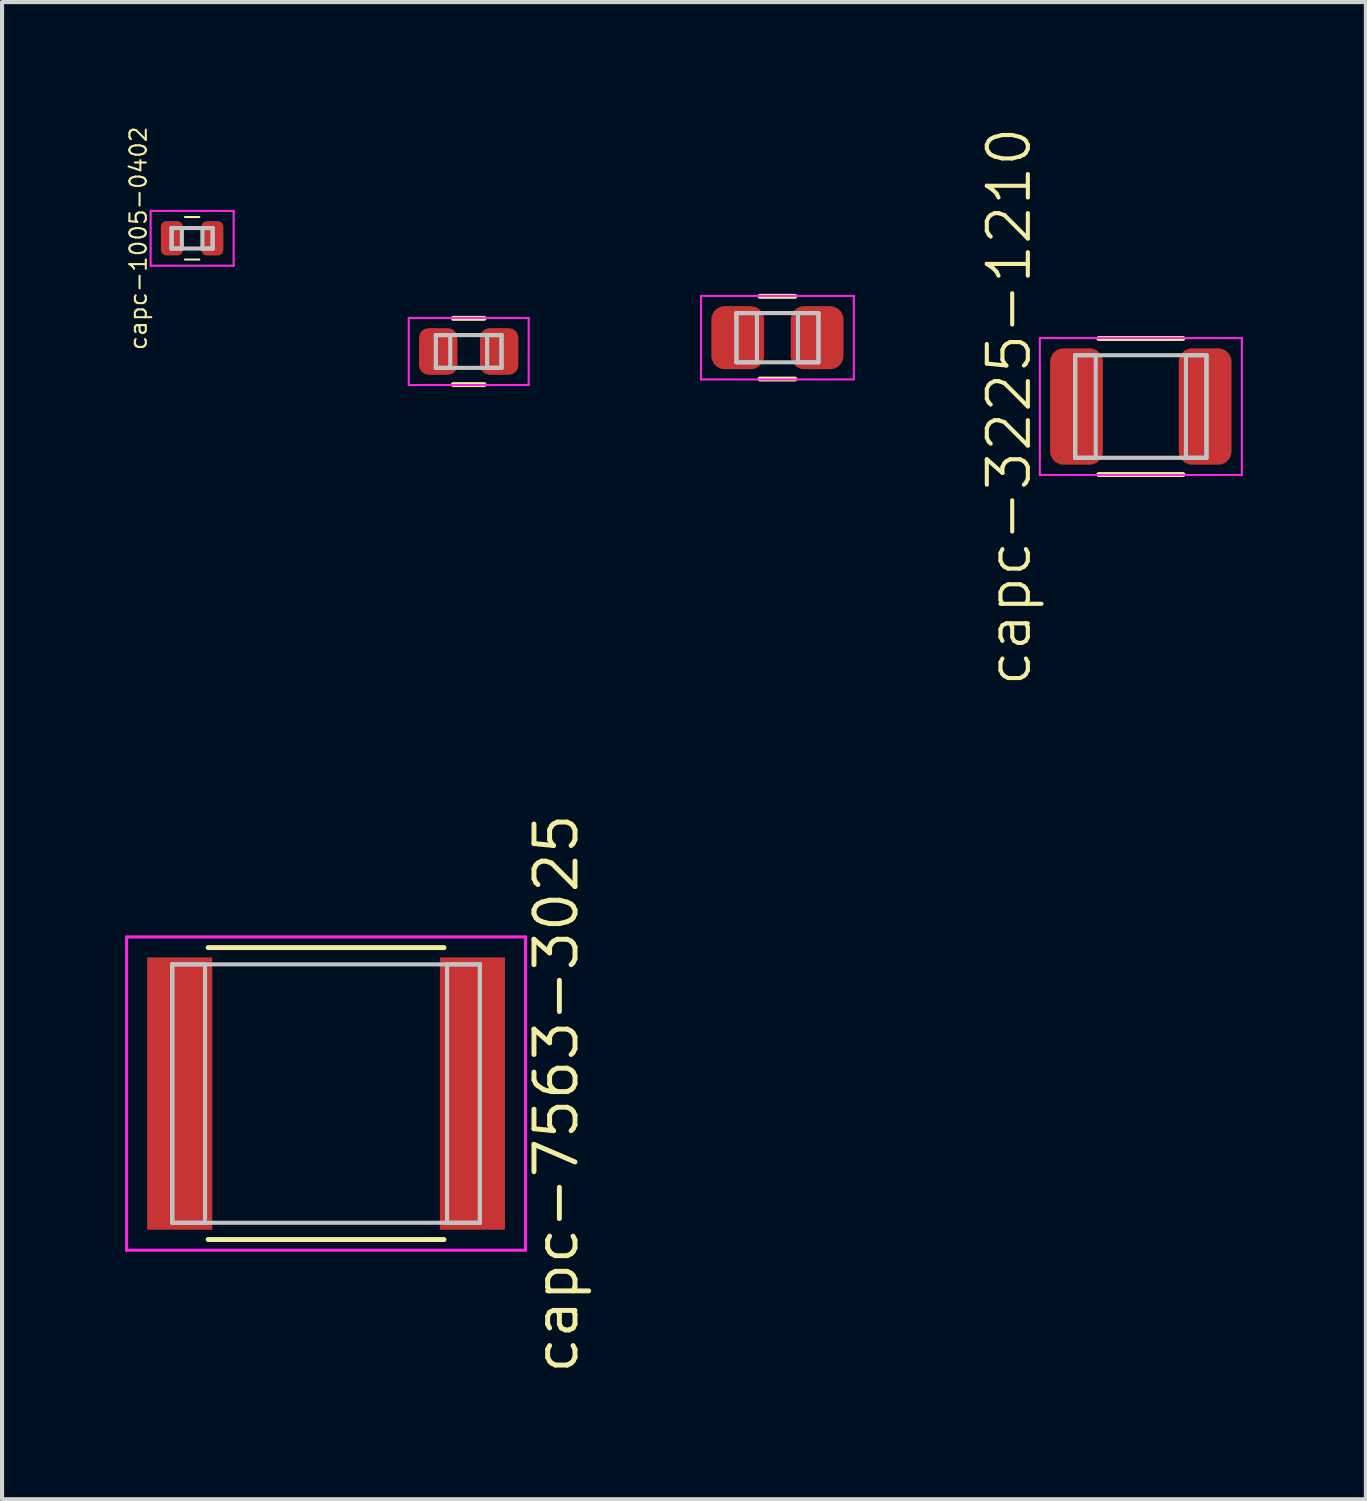
<source format=kicad_pcb>
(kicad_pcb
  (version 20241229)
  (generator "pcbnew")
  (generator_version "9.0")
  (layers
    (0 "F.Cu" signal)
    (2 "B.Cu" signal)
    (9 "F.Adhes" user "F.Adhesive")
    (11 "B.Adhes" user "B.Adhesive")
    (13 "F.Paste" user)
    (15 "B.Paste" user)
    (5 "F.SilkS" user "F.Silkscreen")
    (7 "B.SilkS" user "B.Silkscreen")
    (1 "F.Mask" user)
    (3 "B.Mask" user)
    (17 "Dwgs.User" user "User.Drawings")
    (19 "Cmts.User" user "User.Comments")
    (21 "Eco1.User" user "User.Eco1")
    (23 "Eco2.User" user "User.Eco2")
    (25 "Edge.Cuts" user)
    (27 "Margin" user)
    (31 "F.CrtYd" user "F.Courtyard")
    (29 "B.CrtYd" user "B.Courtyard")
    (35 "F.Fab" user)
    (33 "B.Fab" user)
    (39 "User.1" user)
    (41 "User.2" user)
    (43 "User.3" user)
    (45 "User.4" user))
  (footprint "capc-2012-0805"
    (layer "F.Cu")
    (at 15.902 5.182)
    (property "Reference" "capc-2012-0805" (at -2.424 0 90) (layer "User.1") (effects (font (size 0.75 0.75) (thickness 0.1))))
    (attr through_hole)
    (fp_line (start -0.425 -1.008) (end 0.425 -1.008) (stroke (width 0.12) (type solid)) (layer "F.SilkS"))
    (fp_line (start -0.425 1.008) (end 0.425 1.008) (stroke (width 0.12) (type solid)) (layer "F.SilkS"))
    (fp_line (start -1 -0.6) (end -1 0.6) (stroke (width 0.1) (type solid)) (layer "Dwgs.User"))
    (fp_line (start -1 -0.6) (end -1 0.6) (stroke (width 0.1) (type solid)) (layer "Dwgs.User"))
    (fp_line (start -1 0.6) (end -0.5 0.6) (stroke (width 0.1) (type solid)) (layer "Dwgs.User"))
    (fp_line (start -1 0.6) (end 1 0.6) (stroke (width 0.1) (type solid)) (layer "Dwgs.User"))
    (fp_line (start -0.5 -0.6) (end -1 -0.6) (stroke (width 0.1) (type solid)) (layer "Dwgs.User"))
    (fp_line (start -0.5 0.6) (end -0.5 -0.6) (stroke (width 0.1) (type solid)) (layer "Dwgs.User"))
    (fp_line (start 0.5 -0.6) (end 0.5 0.6) (stroke (width 0.1) (type solid)) (layer "Dwgs.User"))
    (fp_line (start 0.5 0.6) (end 1 0.6) (stroke (width 0.1) (type solid)) (layer "Dwgs.User"))
    (fp_line (start 1 -0.6) (end -1 -0.6) (stroke (width 0.1) (type solid)) (layer "Dwgs.User"))
    (fp_line (start 1 -0.6) (end 0.5 -0.6) (stroke (width 0.1) (type solid)) (layer "Dwgs.User"))
    (fp_line (start 1 0.6) (end 1 -0.6) (stroke (width 0.1) (type solid)) (layer "Dwgs.User"))
    (fp_line (start 1 0.6) (end 1 -0.6) (stroke (width 0.1) (type solid)) (layer "Dwgs.User"))
    (fp_line (start -1.862 -1.018) (end -1.862 1.018) (stroke (width 0.05) (type solid)) (layer "F.CrtYd"))
    (fp_line (start -1.862 1.018) (end 1.862 1.018) (stroke (width 0.05) (type solid)) (layer "F.CrtYd"))
    (fp_line (start 1.862 -1.018) (end -1.862 -1.018) (stroke (width 0.05) (type solid)) (layer "F.CrtYd"))
    (fp_line (start 1.862 1.018) (end 1.862 -1.018) (stroke (width 0.05) (type solid)) (layer "F.CrtYd"))
    (pad "1" smd roundrect (at -0.968 0) (size 1.287 1.537) (layers "F.Cu" "F.Mask" "F.Paste") (roundrect_rratio 0.25))
    (pad "2" smd roundrect (at 0.968 0) (size 1.287 1.537) (layers "F.Cu" "F.Mask" "F.Paste") (roundrect_rratio 0.25)))
  (footprint "capc-3225-1210"
    (layer "F.Cu")
    (at 24.761 6.86)
    (property "Reference" "capc-3225-1210" (at -3.212 0 90) (layer "F.SilkS") (effects (font (size 1 1) (thickness 0.1))))
    (attr through_hole)
    (fp_line (start -1.025 -1.658) (end 1.025 -1.658) (stroke (width 0.12) (type solid)) (layer "F.SilkS"))
    (fp_line (start -1.025 1.658) (end 1.025 1.658) (stroke (width 0.12) (type solid)) (layer "F.SilkS"))
    (fp_line (start -1.6 -1.25) (end -1.6 1.25) (stroke (width 0.1) (type solid)) (layer "Dwgs.User"))
    (fp_line (start -1.6 -1.25) (end -1.6 1.25) (stroke (width 0.1) (type solid)) (layer "Dwgs.User"))
    (fp_line (start -1.6 1.25) (end -1.1 1.25) (stroke (width 0.1) (type solid)) (layer "Dwgs.User"))
    (fp_line (start -1.6 1.25) (end 1.6 1.25) (stroke (width 0.1) (type solid)) (layer "Dwgs.User"))
    (fp_line (start -1.1 -1.25) (end -1.6 -1.25) (stroke (width 0.1) (type solid)) (layer "Dwgs.User"))
    (fp_line (start -1.1 1.25) (end -1.1 -1.25) (stroke (width 0.1) (type solid)) (layer "Dwgs.User"))
    (fp_line (start 1.1 -1.25) (end 1.1 1.25) (stroke (width 0.1) (type solid)) (layer "Dwgs.User"))
    (fp_line (start 1.1 1.25) (end 1.6 1.25) (stroke (width 0.1) (type solid)) (layer "Dwgs.User"))
    (fp_line (start 1.6 -1.25) (end -1.6 -1.25) (stroke (width 0.1) (type solid)) (layer "Dwgs.User"))
    (fp_line (start 1.6 -1.25) (end 1.1 -1.25) (stroke (width 0.1) (type solid)) (layer "Dwgs.User"))
    (fp_line (start 1.6 1.25) (end 1.6 -1.25) (stroke (width 0.1) (type solid)) (layer "Dwgs.User"))
    (fp_line (start 1.6 1.25) (end 1.6 -1.25) (stroke (width 0.1) (type solid)) (layer "Dwgs.User"))
    (fp_line (start -2.462 -1.668) (end -2.462 1.668) (stroke (width 0.05) (type solid)) (layer "F.CrtYd"))
    (fp_line (start -2.462 1.668) (end 2.462 1.668) (stroke (width 0.05) (type solid)) (layer "F.CrtYd"))
    (fp_line (start 2.462 -1.668) (end -2.462 -1.668) (stroke (width 0.05) (type solid)) (layer "F.CrtYd"))
    (fp_line (start 2.462 1.668) (end 2.462 -1.668) (stroke (width 0.05) (type solid)) (layer "F.CrtYd"))
    (pad "1" smd roundrect (at -1.568 0) (size 1.287 2.837) (layers "F.Cu" "F.Mask" "F.Paste") (roundrect_rratio 0.25))
    (pad "2" smd roundrect (at 1.568 0) (size 1.287 2.837) (layers "F.Cu" "F.Mask" "F.Paste") (roundrect_rratio 0.25)))
  (footprint "capc-7563-3025"
    (layer "F.Cu")
    (at 4.899 23.609)
    (property "Reference" "capc-7563-3025" (at 5.612 0 90) (layer "F.SilkS") (effects (font (size 1 1) (thickness 0.12))))
    (attr through_hole)
    (fp_line (start -2.875 -3.558) (end 2.875 -3.558) (stroke (width 0.12) (type solid)) (layer "F.SilkS"))
    (fp_line (start -2.875 3.558) (end 2.875 3.558) (stroke (width 0.12) (type solid)) (layer "F.SilkS"))
    (fp_line (start -3.75 -3.15) (end -3.75 3.15) (stroke (width 0.1) (type solid)) (layer "Dwgs.User"))
    (fp_line (start -3.75 -3.15) (end -3.75 3.15) (stroke (width 0.1) (type solid)) (layer "Dwgs.User"))
    (fp_line (start -3.75 3.15) (end -2.95 3.15) (stroke (width 0.1) (type solid)) (layer "Dwgs.User"))
    (fp_line (start -3.75 3.15) (end 3.75 3.15) (stroke (width 0.1) (type solid)) (layer "Dwgs.User"))
    (fp_line (start -2.95 -3.15) (end -3.75 -3.15) (stroke (width 0.1) (type solid)) (layer "Dwgs.User"))
    (fp_line (start -2.95 3.15) (end -2.95 -3.15) (stroke (width 0.1) (type solid)) (layer "Dwgs.User"))
    (fp_line (start 2.95 -3.15) (end 2.95 3.15) (stroke (width 0.1) (type solid)) (layer "Dwgs.User"))
    (fp_line (start 2.95 3.15) (end 3.75 3.15) (stroke (width 0.1) (type solid)) (layer "Dwgs.User"))
    (fp_line (start 3.75 -3.15) (end -3.75 -3.15) (stroke (width 0.1) (type solid)) (layer "Dwgs.User"))
    (fp_line (start 3.75 -3.15) (end 2.95 -3.15) (stroke (width 0.1) (type solid)) (layer "Dwgs.User"))
    (fp_line (start 3.75 3.15) (end 3.75 -3.15) (stroke (width 0.1) (type solid)) (layer "Dwgs.User"))
    (fp_line (start 3.75 3.15) (end 3.75 -3.15) (stroke (width 0.1) (type solid)) (layer "Dwgs.User"))
    (fp_line (start -4.862 -3.818) (end -4.862 3.818) (stroke (width 0.075) (type solid)) (layer "F.CrtYd"))
    (fp_line (start -4.862 3.818) (end 4.862 3.818) (stroke (width 0.075) (type solid)) (layer "F.CrtYd"))
    (fp_line (start 4.862 -3.818) (end -4.862 -3.818) (stroke (width 0.075) (type solid)) (layer "F.CrtYd"))
    (fp_line (start 4.862 3.818) (end 4.862 -3.818) (stroke (width 0.075) (type solid)) (layer "F.CrtYd"))
    (pad "1" smd rect (at -3.568 0) (size 1.587 6.637) (layers "F.Cu" "F.Mask" "F.Paste"))
    (pad "2" smd rect (at 3.568 0) (size 1.587 6.637) (layers "F.Cu" "F.Mask" "F.Paste")))
  (footprint "capc-1005-0402"
    (layer "F.Cu")
    (at 1.634 2.759)
    (property "Reference" "capc-1005-0402" (at -1.312 0 90) (layer "F.SilkS") (effects (font (size 0.4 0.4) (thickness 0.05))))
    (attr through_hole)
    (fp_line (start -0.175 -0.518) (end 0.175 -0.518) (stroke (width 0.05) (type solid)) (layer "F.SilkS"))
    (fp_line (start -0.175 0.518) (end 0.175 0.518) (stroke (width 0.05) (type solid)) (layer "F.SilkS"))
    (fp_line (start -0.5 -0.25) (end -0.5 0.25) (stroke (width 0.1) (type solid)) (layer "Dwgs.User"))
    (fp_line (start -0.5 -0.25) (end -0.5 0.25) (stroke (width 0.1) (type solid)) (layer "Dwgs.User"))
    (fp_line (start -0.5 0.25) (end -0.25 0.25) (stroke (width 0.1) (type solid)) (layer "Dwgs.User"))
    (fp_line (start -0.5 0.25) (end 0.5 0.25) (stroke (width 0.1) (type solid)) (layer "Dwgs.User"))
    (fp_line (start -0.25 -0.25) (end -0.5 -0.25) (stroke (width 0.1) (type solid)) (layer "Dwgs.User"))
    (fp_line (start -0.25 0.25) (end -0.25 -0.25) (stroke (width 0.1) (type solid)) (layer "Dwgs.User"))
    (fp_line (start 0.25 -0.25) (end 0.25 0.25) (stroke (width 0.1) (type solid)) (layer "Dwgs.User"))
    (fp_line (start 0.25 0.25) (end 0.5 0.25) (stroke (width 0.1) (type solid)) (layer "Dwgs.User"))
    (fp_line (start 0.5 -0.25) (end -0.5 -0.25) (stroke (width 0.1) (type solid)) (layer "Dwgs.User"))
    (fp_line (start 0.5 -0.25) (end 0.25 -0.25) (stroke (width 0.1) (type solid)) (layer "Dwgs.User"))
    (fp_line (start 0.5 0.25) (end 0.5 -0.25) (stroke (width 0.1) (type solid)) (layer "Dwgs.User"))
    (fp_line (start 0.5 0.25) (end 0.5 -0.25) (stroke (width 0.1) (type solid)) (layer "Dwgs.User"))
    (fp_line (start -1.012 -0.668) (end -1.012 0.668) (stroke (width 0.05) (type solid)) (layer "F.CrtYd"))
    (fp_line (start -1.012 0.668) (end 1.012 0.668) (stroke (width 0.05) (type solid)) (layer "F.CrtYd"))
    (fp_line (start 1.012 -0.668) (end -1.012 -0.668) (stroke (width 0.05) (type solid)) (layer "F.CrtYd"))
    (fp_line (start 1.012 0.668) (end 1.012 -0.668) (stroke (width 0.05) (type solid)) (layer "F.CrtYd"))
    (pad "1" smd roundrect (at -0.493 0) (size 0.537 0.837) (layers "F.Cu" "F.Mask" "F.Paste") (roundrect_rratio 0.25))
    (pad "2" smd roundrect (at 0.493 0) (size 0.537 0.837) (layers "F.Cu" "F.Mask" "F.Paste") (roundrect_rratio 0.25)))
  (footprint "capc-1608-0603"
    (layer "F.Cu")
    (at 8.376 5.518)
    (property "Reference" "capc-1608-0603" (at -2.062 0 90) (layer "User.1") (effects (font (size 0.8 0.8) (thickness 0.1))))
    (attr through_hole)
    (fp_line (start -0.375 -0.808) (end 0.375 -0.808) (stroke (width 0.12) (type solid)) (layer "F.SilkS"))
    (fp_line (start -0.375 0.808) (end 0.375 0.808) (stroke (width 0.12) (type solid)) (layer "F.SilkS"))
    (fp_line (start -0.8 -0.4) (end -0.8 0.4) (stroke (width 0.1) (type solid)) (layer "Dwgs.User"))
    (fp_line (start -0.8 -0.4) (end -0.8 0.4) (stroke (width 0.1) (type solid)) (layer "Dwgs.User"))
    (fp_line (start -0.8 0.4) (end -0.45 0.4) (stroke (width 0.1) (type solid)) (layer "Dwgs.User"))
    (fp_line (start -0.8 0.4) (end 0.8 0.4) (stroke (width 0.1) (type solid)) (layer "Dwgs.User"))
    (fp_line (start -0.45 -0.4) (end -0.8 -0.4) (stroke (width 0.1) (type solid)) (layer "Dwgs.User"))
    (fp_line (start -0.45 0.4) (end -0.45 -0.4) (stroke (width 0.1) (type solid)) (layer "Dwgs.User"))
    (fp_line (start 0.45 -0.4) (end 0.45 0.4) (stroke (width 0.1) (type solid)) (layer "Dwgs.User"))
    (fp_line (start 0.45 0.4) (end 0.8 0.4) (stroke (width 0.1) (type solid)) (layer "Dwgs.User"))
    (fp_line (start 0.8 -0.4) (end -0.8 -0.4) (stroke (width 0.1) (type solid)) (layer "Dwgs.User"))
    (fp_line (start 0.8 -0.4) (end 0.45 -0.4) (stroke (width 0.1) (type solid)) (layer "Dwgs.User"))
    (fp_line (start 0.8 0.4) (end 0.8 -0.4) (stroke (width 0.1) (type solid)) (layer "Dwgs.User"))
    (fp_line (start 0.8 0.4) (end 0.8 -0.4) (stroke (width 0.1) (type solid)) (layer "Dwgs.User"))
    (fp_line (start -1.462 -0.818) (end -1.462 0.818) (stroke (width 0.05) (type solid)) (layer "F.CrtYd"))
    (fp_line (start -1.462 0.818) (end 1.462 0.818) (stroke (width 0.05) (type solid)) (layer "F.CrtYd"))
    (fp_line (start 1.462 -0.818) (end -1.462 -0.818) (stroke (width 0.05) (type solid)) (layer "F.CrtYd"))
    (fp_line (start 1.462 0.818) (end 1.462 -0.818) (stroke (width 0.05) (type solid)) (layer "F.CrtYd"))
    (pad "1" smd roundrect (at -0.743 0) (size 0.937 1.137) (layers "F.Cu" "F.Mask" "F.Paste") (roundrect_rratio 0.25))
    (pad "2" smd roundrect (at 0.743 0) (size 0.937 1.137) (layers "F.Cu" "F.Mask" "F.Paste") (roundrect_rratio 0.25)))
  (gr_rect
    (start -3 -3)
    (end 30.248 33.498)
    (stroke (width 0.1) (type default))
    (fill no)
    (layer "Edge.Cuts")))
</source>
